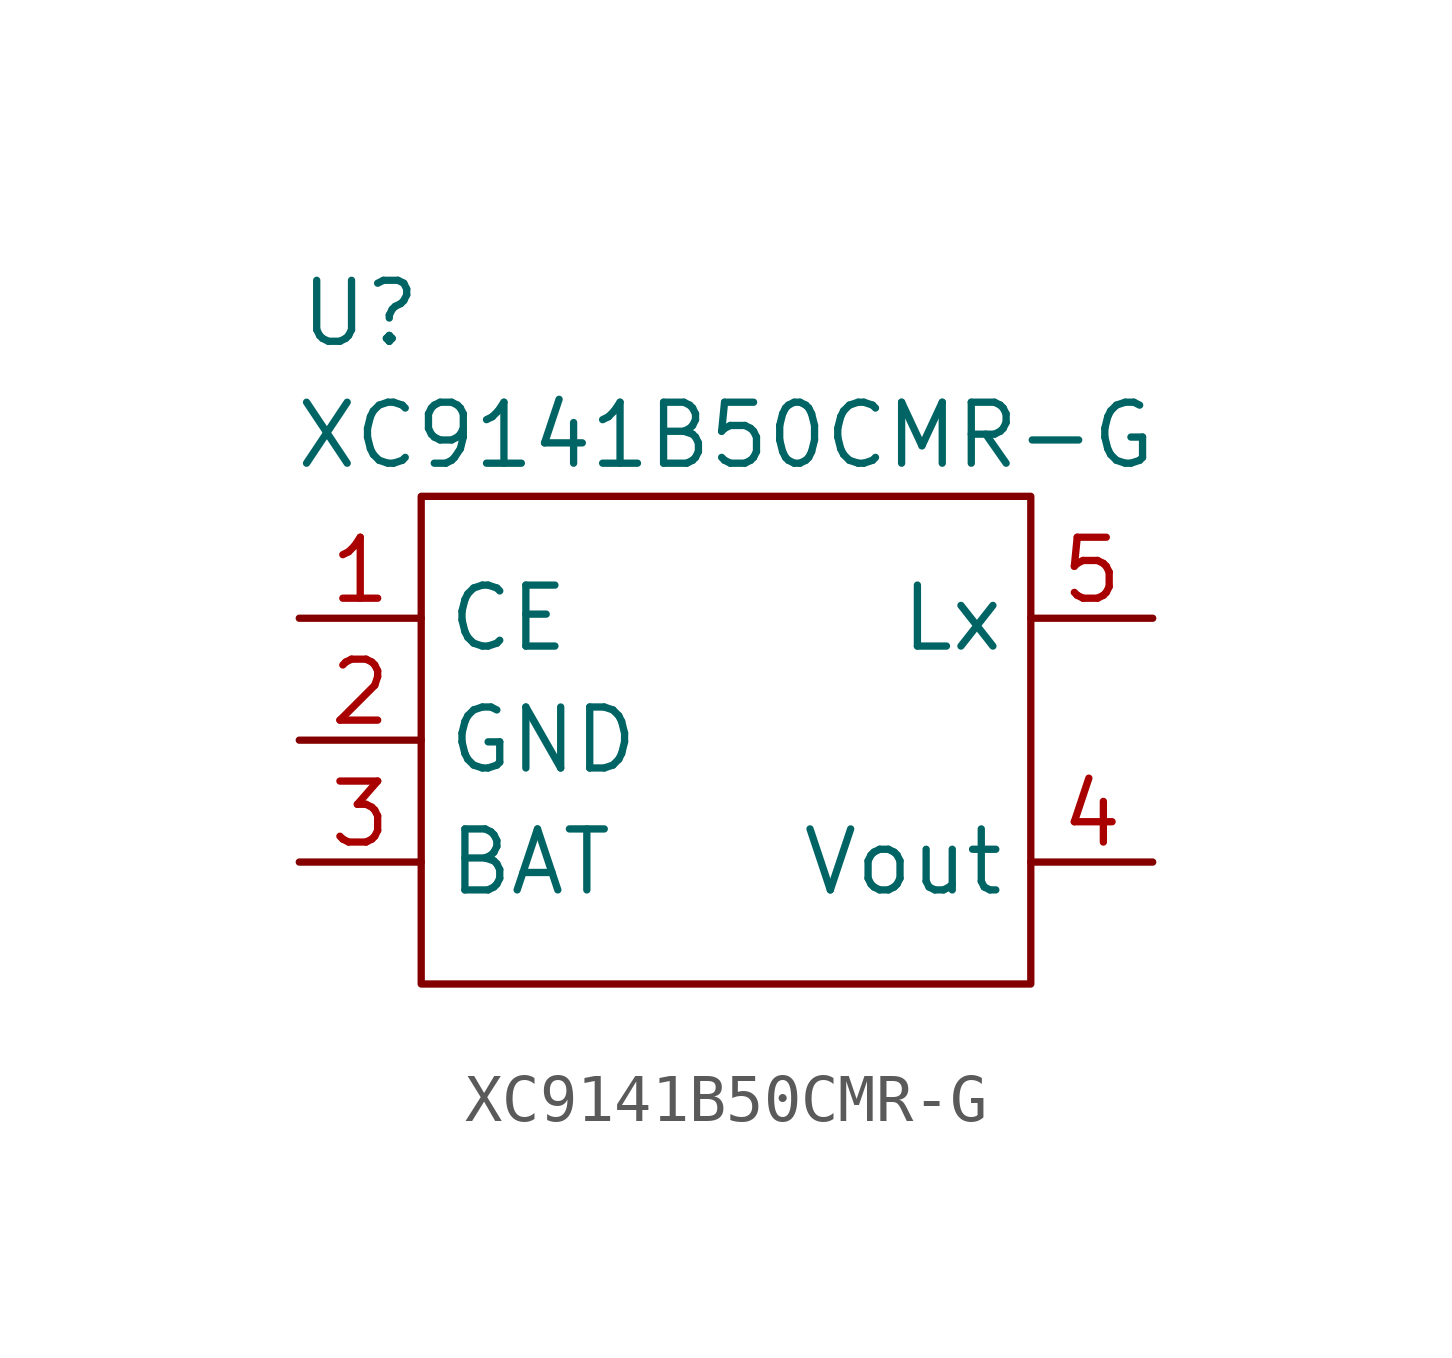
<source format=kicad_sym>
(kicad_symbol_lib
  (version 20211014)
  (generator kicad_symbol_editor)
  (symbol "XC9141B50CMR-G"
    (property "Reference" "U"
      (at -1.27 3.81 0)
      (effects (font (size 1.27 1.27))))
    (property "Value" "XC9141B50CMR-G"
      (at 6.35 1.27 0)
      (effects (font (size 1.27 1.27))))
    (symbol "XC9141B50CMR-G_0_1"
      (rectangle (start 0 0) (end 12.7 -10.16) (stroke (width 0.152) (type default) (color 0 0 0 0)) (fill (type none))))
    (symbol "XC9141B50CMR-G_1_1"
      (pin input line (at -2.54 -2.54 0) (length 2.54) (name "CE" (effects (font (size 1.27 1.27)))) (number "1" (effects (font (size 1.27 1.27)))))
      (pin power_in line (at -2.54 -5.08 0) (length 2.54) (name "GND" (effects (font (size 1.27 1.27)))) (number "2" (effects (font (size 1.27 1.27)))))
      (pin power_in line (at -2.54 -7.62 0) (length 2.54) (name "BAT" (effects (font (size 1.27 1.27)))) (number "3" (effects (font (size 1.27 1.27)))))
      (pin power_out line (at 15.24 -7.62 180) (length 2.54) (name "Vout" (effects (font (size 1.27 1.27)))) (number "4" (effects (font (size 1.27 1.27)))))
      (pin passive line (at 15.24 -2.54 180) (length 2.54) (name "Lx" (effects (font (size 1.27 1.27)))) (number "5" (effects (font (size 1.27 1.27))))))))
</source>
